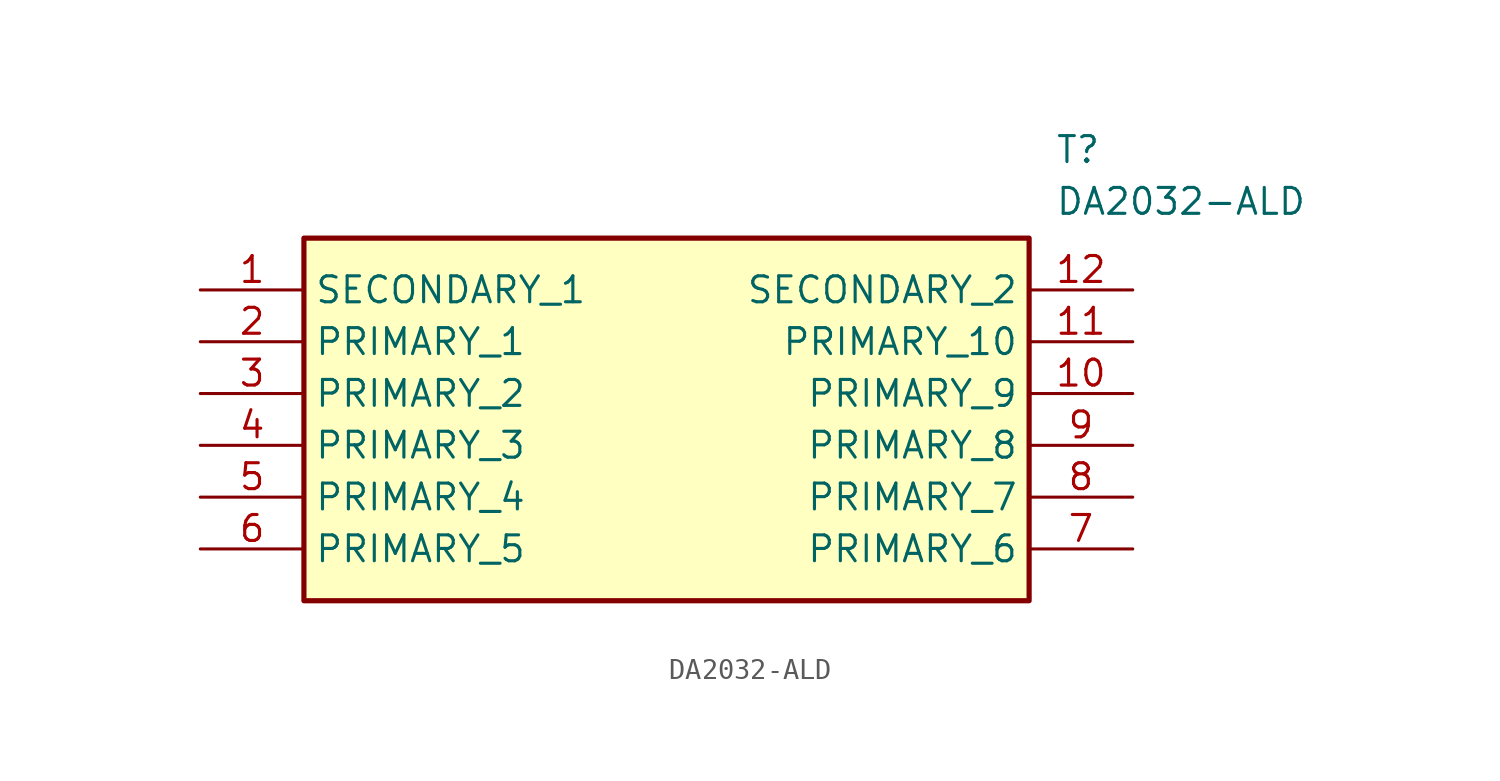
<source format=kicad_sym>
(kicad_symbol_lib
  (version 20211014)
  (generator SamacSys_ECAD_Model)
  (symbol "DA2032-ALD"
    (property "Reference" "T"
      (at 41.91 7.62 0)
      (effects (font (size 1.27 1.27)) (justify left top)))
    (property "Value" "DA2032-ALD"
      (at 41.91 5.08 0)
      (effects (font (size 1.27 1.27)) (justify left top)))
    (rectangle
      (start 5.08 2.54)
      (end 40.64 -15.24)
      (stroke (width 0.254) (type default))
      (fill (type background)))
    (pin passive line
      (at 0 0 0)
      (length 5.08)
      (name "SECONDARY_1" (effects (font (size 1.27 1.27))))
      (number "1" (effects (font (size 1.27 1.27)))))
    (pin passive line
      (at 0 -2.54 0)
      (length 5.08)
      (name "PRIMARY_1" (effects (font (size 1.27 1.27))))
      (number "2" (effects (font (size 1.27 1.27)))))
    (pin passive line
      (at 0 -5.08 0)
      (length 5.08)
      (name "PRIMARY_2" (effects (font (size 1.27 1.27))))
      (number "3" (effects (font (size 1.27 1.27)))))
    (pin passive line
      (at 0 -7.62 0)
      (length 5.08)
      (name "PRIMARY_3" (effects (font (size 1.27 1.27))))
      (number "4" (effects (font (size 1.27 1.27)))))
    (pin passive line
      (at 0 -10.16 0)
      (length 5.08)
      (name "PRIMARY_4" (effects (font (size 1.27 1.27))))
      (number "5" (effects (font (size 1.27 1.27)))))
    (pin passive line
      (at 0 -12.7 0)
      (length 5.08)
      (name "PRIMARY_5" (effects (font (size 1.27 1.27))))
      (number "6" (effects (font (size 1.27 1.27)))))
    (pin passive line
      (at 45.72 0 180)
      (length 5.08)
      (name "SECONDARY_2" (effects (font (size 1.27 1.27))))
      (number "12" (effects (font (size 1.27 1.27)))))
    (pin passive line
      (at 45.72 -2.54 180)
      (length 5.08)
      (name "PRIMARY_10" (effects (font (size 1.27 1.27))))
      (number "11" (effects (font (size 1.27 1.27)))))
    (pin passive line
      (at 45.72 -5.08 180)
      (length 5.08)
      (name "PRIMARY_9" (effects (font (size 1.27 1.27))))
      (number "10" (effects (font (size 1.27 1.27)))))
    (pin passive line
      (at 45.72 -7.62 180)
      (length 5.08)
      (name "PRIMARY_8" (effects (font (size 1.27 1.27))))
      (number "9" (effects (font (size 1.27 1.27)))))
    (pin passive line
      (at 45.72 -10.16 180)
      (length 5.08)
      (name "PRIMARY_7" (effects (font (size 1.27 1.27))))
      (number "8" (effects (font (size 1.27 1.27)))))
    (pin passive line
      (at 45.72 -12.7 180)
      (length 5.08)
      (name "PRIMARY_6" (effects (font (size 1.27 1.27))))
      (number "7" (effects (font (size 1.27 1.27)))))))
</source>
